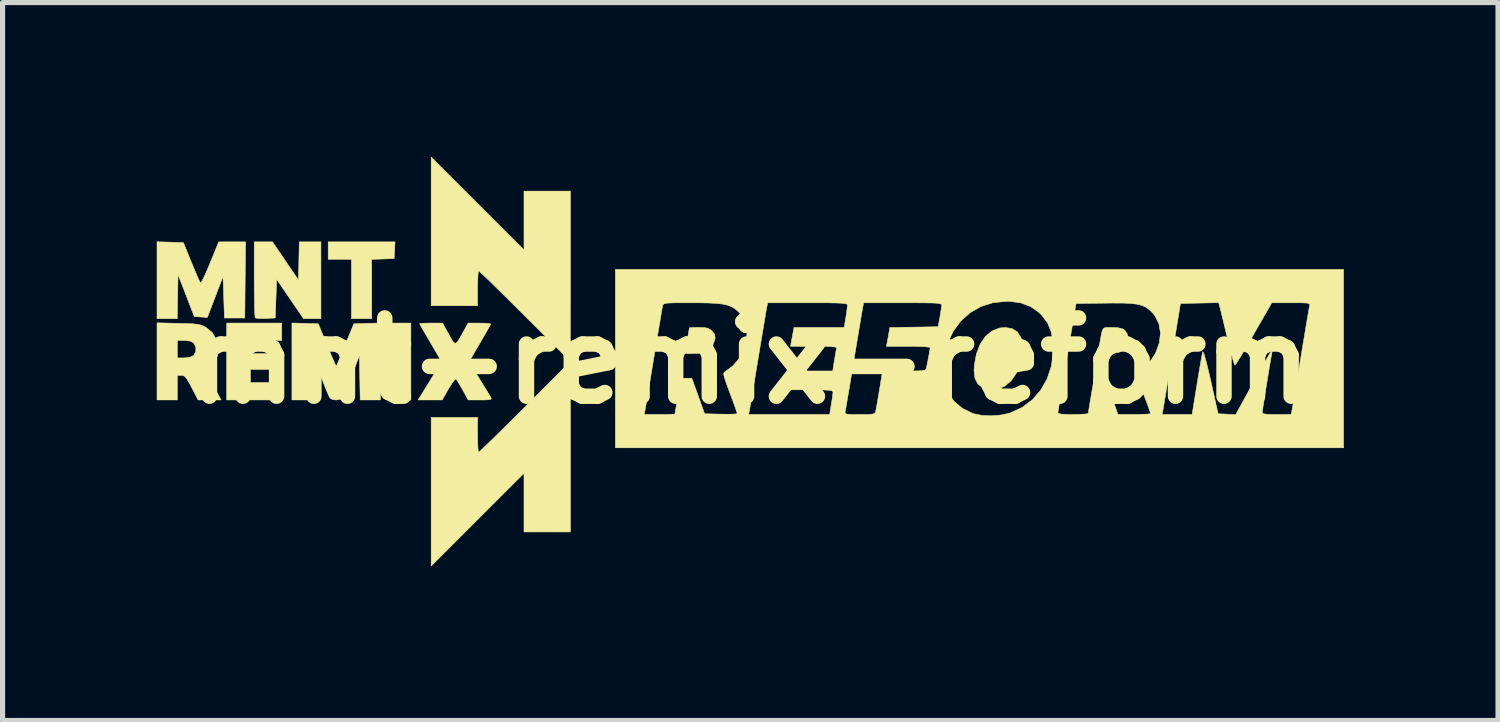
<source format=kicad_pcb>
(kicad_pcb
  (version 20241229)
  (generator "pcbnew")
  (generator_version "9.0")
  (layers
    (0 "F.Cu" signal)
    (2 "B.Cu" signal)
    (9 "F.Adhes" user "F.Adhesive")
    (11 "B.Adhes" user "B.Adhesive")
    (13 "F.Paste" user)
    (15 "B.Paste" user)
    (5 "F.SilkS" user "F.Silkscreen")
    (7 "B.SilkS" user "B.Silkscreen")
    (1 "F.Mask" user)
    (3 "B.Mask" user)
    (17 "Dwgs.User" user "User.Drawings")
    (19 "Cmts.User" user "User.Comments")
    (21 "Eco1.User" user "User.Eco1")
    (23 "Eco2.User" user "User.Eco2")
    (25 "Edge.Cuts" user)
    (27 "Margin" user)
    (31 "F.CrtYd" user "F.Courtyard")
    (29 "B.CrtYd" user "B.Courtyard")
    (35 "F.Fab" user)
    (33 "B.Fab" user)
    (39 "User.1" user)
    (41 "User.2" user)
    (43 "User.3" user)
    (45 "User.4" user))
  (footprint "mnt-remix-reform"
    (layer "F.Cu")
    (at 11.548 3.97)
    (property "Reference" "mnt-remix-reform" (at 0 0 0) (layer "F.SilkS") (effects (font (size 1.524 1.524) (thickness 0.3))))
    (attr through_hole)
    (fp_poly (pts (xy -6.604 0.762) (xy -7.027 0.762) (xy -7.027 -0.734) (xy -6.604 -0.734) (xy -6.604 0.762)) (stroke (width 0.01) (type solid)) (fill yes) (layer "F.SilkS"))
    (fp_poly (pts (xy -6.929 -1.99) (xy -7.147 -1.981) (xy -7.366 -1.973) (xy -7.366 -0.818) (xy -7.761 -0.818) (xy -7.761 -1.976) (xy -8.213 -1.976) (xy -8.213 -2.314) (xy -6.912 -2.314) (xy -6.929 -1.99)) (stroke (width 0.01) (type solid)) (fill yes) (layer "F.SilkS"))
    (fp_poly (pts (xy -9.116 -0.395) (xy -9.765 -0.395) (xy -9.765 -0.141) (xy -9.172 -0.141) (xy -9.172 0.169) (xy -9.765 0.169) (xy -9.765 0.423) (xy -9.116 0.423) (xy -9.116 0.762) (xy -10.188 0.762) (xy -10.188 -0.734) (xy -9.116 -0.734) (xy -9.116 -0.395)) (stroke (width 0.01) (type solid)) (fill yes) (layer "F.SilkS"))
    (fp_poly (pts (xy -3.5 3.33) (xy -4.403 3.33) (xy -4.403 2.188) (xy -6.209 3.993) (xy -6.209 1.101) (xy -5.306 1.101) (xy -5.306 1.439) (xy -5.304 1.57) (xy -5.3 1.677) (xy -5.293 1.75) (xy -5.285 1.778) (xy -5.285 1.778) (xy -5.261 1.759) (xy -5.202 1.703) (xy -5.111 1.616) (xy -4.992 1.501) (xy -4.851 1.362) (xy -4.69 1.203) (xy -4.514 1.028) (xy -4.382 0.896) (xy -3.5 0.014) (xy -3.5 3.33)) (stroke (width 0.01) (type solid)) (fill yes) (layer "F.SilkS"))
    (fp_poly (pts (xy -9.044 -1.943) (xy -8.791 -1.573) (xy -8.775 -2.314) (xy -8.354 -2.314) (xy -8.354 -0.818) (xy -8.691 -0.818) (xy -8.953 -1.201) (xy -9.215 -1.584) (xy -9.229 -1.208) (xy -9.243 -0.833) (xy -9.427 -0.824) (xy -9.525 -0.823) (xy -9.599 -0.827) (xy -9.632 -0.836) (xy -9.637 -0.869) (xy -9.642 -0.95) (xy -9.646 -1.072) (xy -9.649 -1.228) (xy -9.651 -1.409) (xy -9.652 -1.585) (xy -9.652 -2.314) (xy -9.296 -2.314) (xy -9.044 -1.943)) (stroke (width 0.01) (type solid)) (fill yes) (layer "F.SilkS"))
    (fp_poly (pts (xy 5.093 -0.626) (xy 5.198 -0.56) (xy 5.266 -0.452) (xy 5.297 -0.306) (xy 5.291 -0.143) (xy 5.247 0.069) (xy 5.172 0.249) (xy 5.072 0.392) (xy 4.951 0.494) (xy 4.815 0.552) (xy 4.667 0.561) (xy 4.522 0.522) (xy 4.428 0.452) (xy 4.371 0.34) (xy 4.353 0.187) (xy 4.358 0.094) (xy 4.399 -0.132) (xy 4.472 -0.323) (xy 4.573 -0.473) (xy 4.7 -0.579) (xy 4.848 -0.638) (xy 4.955 -0.649) (xy 5.093 -0.626)) (stroke (width 0.01) (type solid)) (fill yes) (layer "F.SilkS"))
    (fp_poly (pts (xy 7.026 -0.649) (xy 7.039 -0.649) (xy 7.159 -0.643) (xy 7.239 -0.623) (xy 7.284 -0.596) (xy 7.335 -0.522) (xy 7.348 -0.427) (xy 7.327 -0.326) (xy 7.274 -0.237) (xy 7.194 -0.175) (xy 7.179 -0.168) (xy 7.117 -0.154) (xy 7.031 -0.145) (xy 6.937 -0.142) (xy 6.851 -0.144) (xy 6.792 -0.152) (xy 6.773 -0.164) (xy 6.778 -0.202) (xy 6.79 -0.278) (xy 6.802 -0.355) (xy 6.825 -0.485) (xy 6.843 -0.57) (xy 6.864 -0.62) (xy 6.896 -0.643) (xy 6.948 -0.649) (xy 7.026 -0.649)) (stroke (width 0.01) (type solid)) (fill yes) (layer "F.SilkS"))
    (fp_poly (pts (xy -11.03 -2.3) (xy -10.875 -1.919) (xy -10.818 -1.782) (xy -10.768 -1.664) (xy -10.728 -1.574) (xy -10.703 -1.523) (xy -10.698 -1.515) (xy -10.681 -1.532) (xy -10.647 -1.593) (xy -10.601 -1.691) (xy -10.546 -1.816) (xy -10.51 -1.903) (xy -10.343 -2.314) (xy -10.082 -2.314) (xy -9.82 -2.314) (xy -9.828 -1.573) (xy -9.835 -0.833) (xy -10.231 -0.833) (xy -10.259 -1.639) (xy -10.564 -0.844) (xy -10.818 -0.861) (xy -10.976 -1.269) (xy -11.134 -1.677) (xy -11.141 -1.248) (xy -11.149 -0.818) (xy -11.543 -0.818) (xy -11.543 -2.316) (xy -11.03 -2.3)) (stroke (width 0.01) (type solid)) (fill yes) (layer "F.SilkS"))
    (fp_poly (pts (xy -0.895 -0.646) (xy -0.826 -0.634) (xy -0.776 -0.606) (xy -0.743 -0.577) (xy -0.694 -0.513) (xy -0.684 -0.449) (xy -0.689 -0.416) (xy -0.734 -0.291) (xy -0.807 -0.201) (xy -0.864 -0.168) (xy -0.914 -0.157) (xy -0.994 -0.148) (xy -1.086 -0.142) (xy -1.174 -0.139) (xy -1.241 -0.141) (xy -1.27 -0.147) (xy -1.27 -0.148) (xy -1.265 -0.177) (xy -1.253 -0.249) (xy -1.236 -0.349) (xy -1.228 -0.395) (xy -1.209 -0.504) (xy -1.194 -0.589) (xy -1.186 -0.636) (xy -1.185 -0.642) (xy -1.16 -0.646) (xy -1.092 -0.648) (xy -1.001 -0.649) (xy -0.895 -0.646)) (stroke (width 0.01) (type solid)) (fill yes) (layer "F.SilkS"))
    (fp_poly (pts (xy -5.306 -3.062) (xy -4.403 -2.159) (xy -4.403 -3.302) (xy -3.5 -3.302) (xy -3.5 -1.651) (xy -3.5 -1.352) (xy -3.5 -1.07) (xy -3.501 -0.81) (xy -3.501 -0.578) (xy -3.502 -0.378) (xy -3.503 -0.215) (xy -3.504 -0.095) (xy -3.506 -0.022) (xy -3.507 0) (xy -3.528 -0.019) (xy -3.584 -0.075) (xy -3.673 -0.162) (xy -3.788 -0.277) (xy -3.928 -0.415) (xy -4.087 -0.574) (xy -4.262 -0.748) (xy -4.389 -0.875) (xy -4.572 -1.058) (xy -4.743 -1.228) (xy -4.898 -1.38) (xy -5.032 -1.512) (xy -5.142 -1.619) (xy -5.224 -1.696) (xy -5.272 -1.741) (xy -5.284 -1.75) (xy -5.293 -1.723) (xy -5.299 -1.651) (xy -5.304 -1.545) (xy -5.306 -1.415) (xy -5.306 -1.411) (xy -5.306 -1.072) (xy -6.209 -1.072) (xy -6.209 -3.965) (xy -5.306 -3.062)) (stroke (width 0.01) (type solid)) (fill yes) (layer "F.SilkS"))
    (fp_poly (pts (xy -7.197 0.762) (xy -7.59 0.762) (xy -7.598 0.332) (xy -7.606 -0.099) (xy -7.758 0.296) (xy -7.814 0.438) (xy -7.864 0.561) (xy -7.905 0.657) (xy -7.932 0.716) (xy -7.938 0.727) (xy -7.984 0.751) (xy -8.055 0.762) (xy -8.057 0.762) (xy -8.13 0.752) (xy -8.176 0.728) (xy -8.177 0.727) (xy -8.197 0.689) (xy -8.232 0.609) (xy -8.278 0.496) (xy -8.332 0.361) (xy -8.357 0.296) (xy -8.509 -0.099) (xy -8.517 0.332) (xy -8.525 0.762) (xy -8.918 0.762) (xy -8.918 -0.736) (xy -8.661 -0.728) (xy -8.405 -0.72) (xy -8.234 -0.303) (xy -8.176 -0.162) (xy -8.125 -0.043) (xy -8.086 0.046) (xy -8.061 0.097) (xy -8.055 0.106) (xy -8.042 0.078) (xy -8.012 0.008) (xy -7.968 -0.097) (xy -7.915 -0.227) (xy -7.881 -0.311) (xy -7.714 -0.72) (xy -7.455 -0.728) (xy -7.197 -0.736) (xy -7.197 0.762)) (stroke (width 0.01) (type solid)) (fill yes) (layer "F.SilkS"))
    (fp_poly (pts (xy -11.127 -0.729) (xy -10.961 -0.725) (xy -10.84 -0.719) (xy -10.754 -0.71) (xy -10.691 -0.696) (xy -10.639 -0.677) (xy -10.594 -0.653) (xy -10.469 -0.551) (xy -10.39 -0.417) (xy -10.358 -0.254) (xy -10.358 -0.227) (xy -10.366 -0.105) (xy -10.398 -0.009) (xy -10.463 0.084) (xy -10.505 0.132) (xy -10.59 0.221) (xy -10.444 0.491) (xy -10.297 0.762) (xy -10.743 0.762) (xy -10.868 0.522) (xy -10.928 0.41) (xy -10.972 0.339) (xy -11.008 0.3) (xy -11.044 0.285) (xy -11.07 0.283) (xy -11.148 0.282) (xy -11.148 0.762) (xy -11.543 0.762) (xy -11.543 -0.395) (xy -11.148 -0.395) (xy -11.148 -0.056) (xy -11.016 -0.056) (xy -10.905 -0.069) (xy -10.832 -0.103) (xy -10.789 -0.177) (xy -10.787 -0.265) (xy -10.828 -0.344) (xy -10.888 -0.381) (xy -10.986 -0.395) (xy -11.011 -0.395) (xy -11.148 -0.395) (xy -11.543 -0.395) (xy -11.543 -0.739) (xy -11.127 -0.729)) (stroke (width 0.01) (type solid)) (fill yes) (layer "F.SilkS"))
    (fp_poly (pts (xy -5.868 -0.518) (xy -5.812 -0.417) (xy -5.772 -0.357) (xy -5.738 -0.339) (xy -5.702 -0.365) (xy -5.655 -0.436) (xy -5.59 -0.553) (xy -5.58 -0.572) (xy -5.49 -0.734) (xy -5.271 -0.734) (xy -5.168 -0.732) (xy -5.091 -0.726) (xy -5.053 -0.718) (xy -5.052 -0.716) (xy -5.065 -0.687) (xy -5.103 -0.618) (xy -5.158 -0.52) (xy -5.228 -0.4) (xy -5.253 -0.356) (xy -5.326 -0.232) (xy -5.389 -0.125) (xy -5.436 -0.045) (xy -5.461 -0.002) (xy -5.464 0.003) (xy -5.454 0.032) (xy -5.418 0.1) (xy -5.363 0.196) (xy -5.293 0.312) (xy -5.274 0.342) (xy -5.198 0.465) (xy -5.131 0.574) (xy -5.08 0.659) (xy -5.051 0.708) (xy -5.048 0.713) (xy -5.04 0.737) (xy -5.053 0.751) (xy -5.098 0.759) (xy -5.184 0.762) (xy -5.255 0.762) (xy -5.489 0.762) (xy -5.596 0.565) (xy -5.65 0.471) (xy -5.695 0.397) (xy -5.725 0.356) (xy -5.728 0.353) (xy -5.752 0.369) (xy -5.795 0.424) (xy -5.849 0.509) (xy -5.874 0.55) (xy -5.994 0.762) (xy -6.463 0.762) (xy -6.237 0.395) (xy -6.159 0.267) (xy -6.093 0.157) (xy -6.043 0.073) (xy -6.015 0.025) (xy -6.011 0.016) (xy -6.025 -0.011) (xy -6.062 -0.078) (xy -6.119 -0.176) (xy -6.189 -0.296) (xy -6.223 -0.354) (xy -6.297 -0.48) (xy -6.36 -0.589) (xy -6.407 -0.67) (xy -6.432 -0.716) (xy -6.435 -0.723) (xy -6.409 -0.728) (xy -6.34 -0.732) (xy -6.241 -0.734) (xy -6.211 -0.734) (xy -5.987 -0.734) (xy -5.868 -0.518)) (stroke (width 0.01) (type solid)) (fill yes) (layer "F.SilkS"))
    (fp_poly (pts (xy 11.543 1.693) (xy -2.625 1.693) (xy -2.625 1.044) (xy -2.065 1.044) (xy -1.766 1.044) (xy -0.033 1.044) (xy 1.544 1.044) (xy 1.55 1.009) (xy 1.843 1.009) (xy 1.852 1.027) (xy 1.883 1.038) (xy 1.946 1.043) (xy 2.051 1.044) (xy 2.13 1.044) (xy 2.262 1.044) (xy 2.348 1.04) (xy 2.399 1.032) (xy 2.425 1.017) (xy 2.437 0.993) (xy 2.44 0.981) (xy 2.45 0.93) (xy 2.466 0.841) (xy 2.486 0.726) (xy 2.507 0.599) (xy 2.529 0.472) (xy 2.547 0.358) (xy 2.561 0.27) (xy 2.568 0.221) (xy 2.568 0.216) (xy 2.595 0.209) (xy 2.668 0.204) (xy 2.778 0.2) (xy 2.916 0.198) (xy 2.991 0.198) (xy 3.154 0.197) (xy 3.268 0.196) (xy 3.344 0.191) (xy 3.389 0.183) (xy 3.392 0.182) (xy 3.754 0.182) (xy 3.778 0.414) (xy 3.848 0.617) (xy 3.964 0.788) (xy 4.124 0.923) (xy 4.324 1.021) (xy 4.36 1.033) (xy 4.515 1.063) (xy 4.697 1.07) (xy 4.883 1.054) (xy 5.05 1.017) (xy 5.057 1.014) (xy 5.069 1.009) (xy 5.985 1.009) (xy 6 1.026) (xy 6.053 1.037) (xy 6.15 1.043) (xy 6.279 1.044) (xy 8.013 1.044) (xy 8.596 1.044) (xy 8.691 0.459) (xy 8.72 0.281) (xy 8.747 0.12) (xy 8.771 -0.015) (xy 8.79 -0.115) (xy 8.802 -0.171) (xy 8.804 -0.177) (xy 8.815 -0.166) (xy 8.836 -0.106) (xy 8.865 -0.003) (xy 8.9 0.138) (xy 8.941 0.311) (xy 8.962 0.401) (xy 9.102 1.03) (xy 9.273 1.038) (xy 9.444 1.047) (xy 9.763 0.467) (xy 9.856 0.3) (xy 9.941 0.148) (xy 10.015 0.017) (xy 10.073 -0.083) (xy 10.111 -0.146) (xy 10.122 -0.162) (xy 10.149 -0.192) (xy 10.153 -0.176) (xy 10.147 -0.141) (xy 10.133 -0.07) (xy 10.114 0.039) (xy 10.091 0.176) (xy 10.066 0.328) (xy 10.04 0.487) (xy 10.015 0.641) (xy 9.994 0.78) (xy 9.976 0.893) (xy 9.966 0.97) (xy 9.962 0.999) (xy 9.97 1.02) (xy 10 1.033) (xy 10.061 1.041) (xy 10.164 1.044) (xy 10.242 1.044) (xy 10.522 1.044) (xy 10.538 0.967) (xy 10.547 0.921) (xy 10.563 0.827) (xy 10.586 0.691) (xy 10.614 0.521) (xy 10.647 0.323) (xy 10.683 0.106) (xy 10.71 -0.056) (xy 10.747 -0.283) (xy 10.783 -0.494) (xy 10.814 -0.682) (xy 10.841 -0.841) (xy 10.862 -0.962) (xy 10.875 -1.04) (xy 10.88 -1.065) (xy 10.885 -1.091) (xy 10.878 -1.109) (xy 10.852 -1.12) (xy 10.798 -1.126) (xy 10.707 -1.128) (xy 10.571 -1.128) (xy 10.52 -1.128) (xy 10.146 -1.128) (xy 9.798 -0.522) (xy 9.702 -0.355) (xy 9.614 -0.206) (xy 9.539 -0.081) (xy 9.48 0.014) (xy 9.442 0.071) (xy 9.429 0.085) (xy 9.416 0.059) (xy 9.393 -0.014) (xy 9.363 -0.125) (xy 9.326 -0.265) (xy 9.287 -0.426) (xy 9.285 -0.43) (xy 9.245 -0.6) (xy 9.207 -0.756) (xy 9.175 -0.889) (xy 9.151 -0.987) (xy 9.138 -1.038) (xy 9.113 -1.131) (xy 8.369 -1.115) (xy 8.208 -0.127) (xy 8.17 0.106) (xy 8.134 0.325) (xy 8.102 0.522) (xy 8.074 0.691) (xy 8.052 0.824) (xy 8.036 0.915) (xy 8.03 0.953) (xy 8.013 1.044) (xy 6.279 1.044) (xy 6.401 1.042) (xy 6.499 1.037) (xy 6.56 1.03) (xy 6.576 1.023) (xy 6.581 0.988) (xy 6.593 0.91) (xy 6.611 0.8) (xy 6.632 0.677) (xy 6.654 0.55) (xy 6.672 0.444) (xy 6.684 0.373) (xy 6.688 0.346) (xy 6.714 0.341) (xy 6.776 0.339) (xy 6.796 0.339) (xy 6.904 0.339) (xy 7.154 1.044) (xy 7.472 1.044) (xy 7.598 1.043) (xy 7.701 1.039) (xy 7.768 1.032) (xy 7.789 1.026) (xy 7.78 0.994) (xy 7.753 0.92) (xy 7.714 0.813) (xy 7.665 0.682) (xy 7.643 0.625) (xy 7.587 0.476) (xy 7.549 0.37) (xy 7.528 0.3) (xy 7.522 0.257) (xy 7.528 0.231) (xy 7.545 0.216) (xy 7.55 0.213) (xy 7.678 0.117) (xy 7.796 -0.011) (xy 7.884 -0.147) (xy 7.886 -0.151) (xy 7.958 -0.35) (xy 7.98 -0.542) (xy 7.951 -0.719) (xy 7.872 -0.877) (xy 7.828 -0.931) (xy 7.766 -0.993) (xy 7.701 -1.041) (xy 7.625 -1.076) (xy 7.529 -1.101) (xy 7.407 -1.115) (xy 7.248 -1.123) (xy 7.047 -1.124) (xy 6.899 -1.122) (xy 6.338 -1.115) (xy 6.162 -0.071) (xy 6.123 0.166) (xy 6.086 0.386) (xy 6.053 0.582) (xy 6.026 0.749) (xy 6.005 0.88) (xy 5.991 0.968) (xy 5.985 1.008) (xy 5.985 1.009) (xy 5.069 1.009) (xy 5.287 0.908) (xy 5.486 0.759) (xy 5.649 0.572) (xy 5.774 0.354) (xy 5.856 0.109) (xy 5.894 -0.157) (xy 5.891 -0.349) (xy 5.856 -0.561) (xy 5.784 -0.737) (xy 5.668 -0.89) (xy 5.616 -0.941) (xy 5.455 -1.055) (xy 5.27 -1.125) (xy 5.053 -1.156) (xy 4.983 -1.157) (xy 4.724 -1.131) (xy 4.487 -1.056) (xy 4.277 -0.936) (xy 4.097 -0.775) (xy 3.95 -0.578) (xy 3.842 -0.347) (xy 3.775 -0.088) (xy 3.754 0.182) (xy 3.392 0.182) (xy 3.413 0.169) (xy 3.423 0.149) (xy 3.427 0.134) (xy 3.454 0.005) (xy 3.476 -0.111) (xy 3.492 -0.201) (xy 3.499 -0.252) (xy 3.5 -0.255) (xy 3.473 -0.266) (xy 3.397 -0.274) (xy 3.279 -0.279) (xy 3.128 -0.282) (xy 3.074 -0.282) (xy 2.648 -0.282) (xy 2.664 -0.36) (xy 2.679 -0.442) (xy 2.696 -0.537) (xy 2.697 -0.543) (xy 2.715 -0.648) (xy 3.185 -0.655) (xy 3.654 -0.663) (xy 3.689 -0.847) (xy 3.706 -0.949) (xy 3.719 -1.034) (xy 3.724 -1.079) (xy 3.721 -1.094) (xy 3.707 -1.106) (xy 3.676 -1.114) (xy 3.621 -1.121) (xy 3.537 -1.125) (xy 3.416 -1.127) (xy 3.254 -1.128) (xy 3.044 -1.129) (xy 2.966 -1.129) (xy 2.206 -1.129) (xy 2.19 -1.051) (xy 2.182 -1.006) (xy 2.165 -0.911) (xy 2.142 -0.775) (xy 2.114 -0.605) (xy 2.081 -0.408) (xy 2.045 -0.19) (xy 2.018 -0.028) (xy 1.981 0.198) (xy 1.946 0.409) (xy 1.914 0.597) (xy 1.887 0.756) (xy 1.867 0.878) (xy 1.853 0.956) (xy 1.848 0.981) (xy 1.843 1.009) (xy 1.55 1.009) (xy 1.576 0.848) (xy 1.593 0.744) (xy 1.604 0.658) (xy 1.609 0.609) (xy 1.609 0.608) (xy 1.602 0.592) (xy 1.578 0.581) (xy 1.528 0.573) (xy 1.446 0.568) (xy 1.323 0.565) (xy 1.152 0.564) (xy 1.126 0.564) (xy 0.643 0.564) (xy 0.661 0.459) (xy 0.678 0.365) (xy 0.694 0.28) (xy 0.695 0.275) (xy 0.71 0.198) (xy 1.604 0.198) (xy 1.636 -0.007) (xy 1.654 -0.112) (xy 1.669 -0.197) (xy 1.68 -0.245) (xy 1.68 -0.247) (xy 1.672 -0.261) (xy 1.633 -0.271) (xy 1.556 -0.277) (xy 1.437 -0.281) (xy 1.268 -0.282) (xy 1.238 -0.282) (xy 0.784 -0.282) (xy 0.802 -0.388) (xy 0.819 -0.482) (xy 0.835 -0.567) (xy 0.836 -0.572) (xy 0.851 -0.649) (xy 1.826 -0.649) (xy 1.859 -0.845) (xy 1.875 -0.95) (xy 1.886 -1.036) (xy 1.891 -1.085) (xy 1.891 -1.085) (xy 1.885 -1.098) (xy 1.865 -1.108) (xy 1.824 -1.116) (xy 1.756 -1.122) (xy 1.656 -1.125) (xy 1.516 -1.128) (xy 1.331 -1.129) (xy 1.115 -1.129) (xy 0.34 -1.129) (xy 0.325 -1.065) (xy 0.317 -1.023) (xy 0.301 -0.932) (xy 0.279 -0.799) (xy 0.251 -0.632) (xy 0.218 -0.437) (xy 0.182 -0.221) (xy 0.155 -0.056) (xy 0.117 0.171) (xy 0.082 0.383) (xy 0.05 0.573) (xy 0.023 0.734) (xy 0.002 0.859) (xy -0.012 0.94) (xy -0.017 0.967) (xy -0.033 1.044) (xy -1.766 1.044) (xy -1.644 1.044) (xy -1.546 1.042) (xy -1.484 1.039) (xy -1.467 1.037) (xy -1.463 1.008) (xy -1.45 0.935) (xy -1.432 0.829) (xy -1.411 0.706) (xy -1.389 0.576) (xy -1.371 0.467) (xy -1.359 0.391) (xy -1.355 0.36) (xy -1.33 0.346) (xy -1.267 0.339) (xy -1.246 0.339) (xy -1.137 0.339) (xy -1.013 0.684) (xy -0.889 1.03) (xy -0.571 1.038) (xy -0.445 1.04) (xy -0.343 1.038) (xy -0.275 1.033) (xy -0.254 1.026) (xy -0.263 0.994) (xy -0.289 0.919) (xy -0.328 0.811) (xy -0.376 0.68) (xy -0.398 0.623) (xy -0.453 0.473) (xy -0.49 0.367) (xy -0.511 0.296) (xy -0.517 0.253) (xy -0.51 0.228) (xy -0.493 0.213) (xy -0.491 0.212) (xy -0.34 0.1) (xy -0.219 -0.042) (xy -0.131 -0.204) (xy -0.079 -0.377) (xy -0.063 -0.55) (xy -0.088 -0.715) (xy -0.154 -0.863) (xy -0.218 -0.942) (xy -0.283 -1.001) (xy -0.351 -1.046) (xy -0.43 -1.079) (xy -0.53 -1.102) (xy -0.657 -1.117) (xy -0.821 -1.125) (xy -1.03 -1.129) (xy -1.133 -1.129) (xy -1.324 -1.129) (xy -1.466 -1.128) (xy -1.566 -1.125) (xy -1.632 -1.12) (xy -1.672 -1.111) (xy -1.693 -1.098) (xy -1.703 -1.081) (xy -1.707 -1.065) (xy -1.715 -1.023) (xy -1.731 -0.932) (xy -1.753 -0.799) (xy -1.781 -0.632) (xy -1.814 -0.437) (xy -1.85 -0.221) (xy -1.877 -0.056) (xy -1.915 0.171) (xy -1.95 0.383) (xy -1.982 0.573) (xy -2.009 0.734) (xy -2.03 0.859) (xy -2.044 0.94) (xy -2.049 0.967) (xy -2.065 1.044) (xy -2.625 1.044) (xy -2.625 -1.778) (xy 11.543 -1.778) (xy 11.543 1.693)) (stroke (width 0.01) (type solid)) (fill yes) (layer "F.SilkS")))
  (gr_rect
    (start -3 -3)
    (end 26.096 10.968)
    (stroke (width 0.1) (type default))
    (fill no)
    (layer "Edge.Cuts")))
</source>
